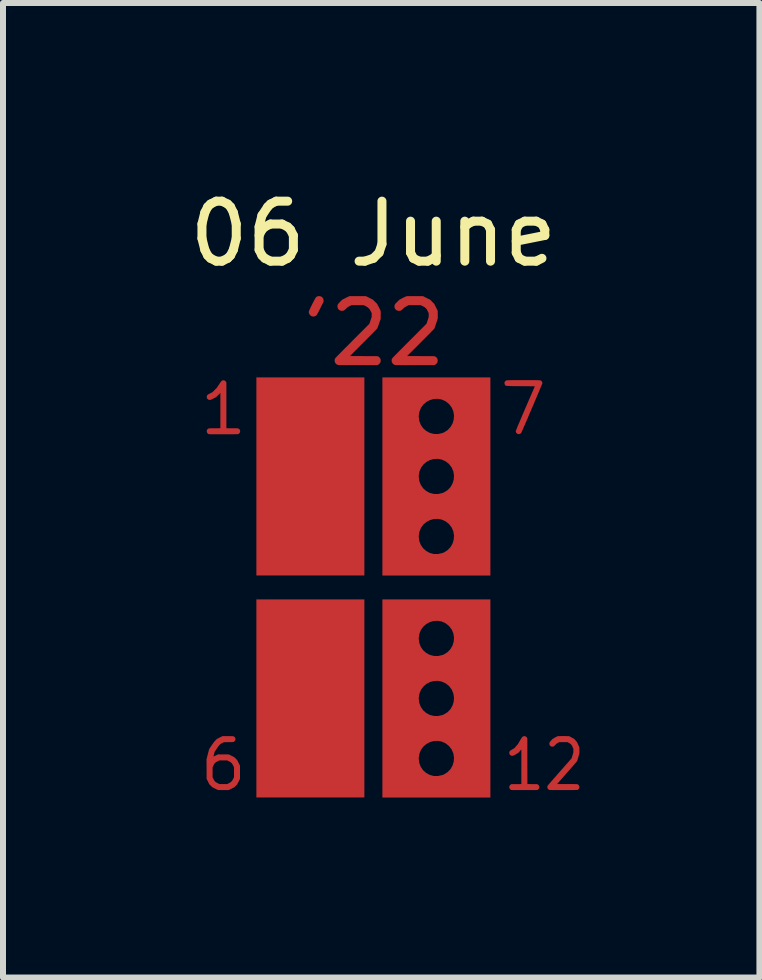
<source format=kicad_pcb>
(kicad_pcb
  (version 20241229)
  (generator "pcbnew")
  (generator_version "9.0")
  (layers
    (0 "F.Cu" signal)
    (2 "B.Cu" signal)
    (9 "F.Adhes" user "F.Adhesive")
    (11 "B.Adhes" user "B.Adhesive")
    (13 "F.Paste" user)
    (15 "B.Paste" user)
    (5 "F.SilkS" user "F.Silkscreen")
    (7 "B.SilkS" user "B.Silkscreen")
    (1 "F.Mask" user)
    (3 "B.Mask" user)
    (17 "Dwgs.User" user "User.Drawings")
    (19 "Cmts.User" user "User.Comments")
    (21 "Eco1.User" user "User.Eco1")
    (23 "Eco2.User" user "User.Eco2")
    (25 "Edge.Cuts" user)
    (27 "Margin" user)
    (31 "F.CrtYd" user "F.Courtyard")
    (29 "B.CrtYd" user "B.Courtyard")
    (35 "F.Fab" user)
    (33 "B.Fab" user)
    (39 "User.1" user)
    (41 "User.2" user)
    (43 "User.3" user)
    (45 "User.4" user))
  (footprint "06 June"
    (layer "F.Cu")
    (at 3.173 6.741)
    (property "Reference" "06 June" (at 0 -5.893 0) (unlocked yes) (layer "F.SilkS") (effects (font (size 1 1) (thickness 0.15))))
    (attr smd)
    (pad "1" smd custom (at -2.718 2.996) (size 0.01 0.01) (layers "F.Cu" "F.Mask" "F.Paste") (options (anchor circle)) (primitives (gr_poly (pts (xy 0.312 -0.518) (xy 0.329 -0.518) (xy 0.342 -0.518) (xy 0.354 -0.518) (xy 0.363 -0.517) (xy 0.37 -0.517) (xy 0.376 -0.517) (xy 0.38 -0.517) (xy 0.383 -0.516) (xy 0.385 -0.516) (xy 0.387 -0.515) (xy 0.389 -0.515) (xy 0.39 -0.514) (xy 0.399 -0.508) (xy 0.408 -0.5) (xy 0.414 -0.49) (xy 0.415 -0.489) (xy 0.417 -0.484) (xy 0.418 -0.479) (xy 0.419 -0.472) (xy 0.419 -0.468) (xy 0.418 -0.46) (xy 0.418 -0.454) (xy 0.416 -0.449) (xy 0.415 -0.447) (xy 0.408 -0.437) (xy 0.4 -0.429) (xy 0.391 -0.423) (xy 0.39 -0.422) (xy 0.388 -0.421) (xy 0.386 -0.421) (xy 0.384 -0.42) (xy 0.381 -0.42) (xy 0.376 -0.419) (xy 0.371 -0.419) (xy 0.364 -0.419) (xy 0.355 -0.418) (xy 0.344 -0.418) (xy 0.33 -0.418) (xy 0.313 -0.418) (xy 0.305 -0.418) (xy 0.227 -0.417) (xy 0.199 -0.403) (xy 0.189 -0.398) (xy 0.182 -0.394) (xy 0.176 -0.39) (xy 0.171 -0.387) (xy 0.167 -0.383) (xy 0.162 -0.379) (xy 0.157 -0.374) (xy 0.155 -0.372) (xy 0.15 -0.367) (xy 0.145 -0.362) (xy 0.141 -0.356) (xy 0.135 -0.349) (xy 0.129 -0.341) (xy 0.122 -0.331) (xy 0.114 -0.319) (xy 0.106 -0.306) (xy 0.072 -0.257) (xy 0.063 -0.219) (xy 0.06 -0.208) (xy 0.057 -0.198) (xy 0.055 -0.19) (xy 0.054 -0.184) (xy 0.053 -0.18) (xy 0.053 -0.179) (xy 0.054 -0.179) (xy 0.058 -0.18) (xy 0.064 -0.183) (xy 0.072 -0.187) (xy 0.081 -0.191) (xy 0.09 -0.195) (xy 0.128 -0.214) (xy 0.307 -0.214) (xy 0.399 -0.168) (xy 0.424 -0.143) (xy 0.449 -0.118) (xy 0.472 -0.072) (xy 0.495 -0.026) (xy 0.495 0.193) (xy 0.472 0.239) (xy 0.449 0.285) (xy 0.424 0.31) (xy 0.399 0.335) (xy 0.353 0.358) (xy 0.307 0.381) (xy 0.22 0.381) (xy 0.199 0.381) (xy 0.182 0.381) (xy 0.168 0.381) (xy 0.156 0.381) (xy 0.146 0.381) (xy 0.138 0.38) (xy 0.133 0.38) (xy 0.129 0.38) (xy 0.127 0.379) (xy 0.126 0.379) (xy 0.123 0.378) (xy 0.118 0.375) (xy 0.11 0.372) (xy 0.1 0.367) (xy 0.09 0.362) (xy 0.079 0.356) (xy 0.077 0.355) (xy 0.034 0.334) (xy 0.009 0.309) (xy -0.017 0.284) (xy -0.039 0.238) (xy -0.062 0.193) (xy -0.062 0.167) (xy 0.038 0.167) (xy 0.053 0.196) (xy 0.058 0.206) (xy 0.062 0.214) (xy 0.065 0.22) (xy 0.069 0.225) (xy 0.072 0.229) (xy 0.076 0.233) (xy 0.08 0.238) (xy 0.08 0.238) (xy 0.085 0.243) (xy 0.089 0.246) (xy 0.094 0.25) (xy 0.099 0.253) (xy 0.106 0.257) (xy 0.114 0.261) (xy 0.123 0.266) (xy 0.153 0.281) (xy 0.217 0.281) (xy 0.281 0.281) (xy 0.309 0.267) (xy 0.319 0.261) (xy 0.327 0.257) (xy 0.333 0.254) (xy 0.338 0.251) (xy 0.343 0.247) (xy 0.347 0.243) (xy 0.351 0.239) (xy 0.356 0.234) (xy 0.36 0.23) (xy 0.363 0.226) (xy 0.367 0.221) (xy 0.37 0.216) (xy 0.374 0.208) (xy 0.379 0.198) (xy 0.38 0.196) (xy 0.395 0.167) (xy 0.395 0) (xy 0.38 -0.029) (xy 0.375 -0.039) (xy 0.371 -0.047) (xy 0.367 -0.053) (xy 0.364 -0.058) (xy 0.361 -0.062) (xy 0.357 -0.066) (xy 0.353 -0.071) (xy 0.351 -0.072) (xy 0.346 -0.077) (xy 0.342 -0.081) (xy 0.337 -0.084) (xy 0.332 -0.088) (xy 0.326 -0.091) (xy 0.318 -0.095) (xy 0.309 -0.1) (xy 0.281 -0.114) (xy 0.154 -0.114) (xy 0.123 -0.099) (xy 0.113 -0.094) (xy 0.105 -0.089) (xy 0.099 -0.086) (xy 0.093 -0.083) (xy 0.089 -0.079) (xy 0.085 -0.076) (xy 0.08 -0.071) (xy 0.076 -0.067) (xy 0.072 -0.063) (xy 0.069 -0.059) (xy 0.066 -0.054) (xy 0.062 -0.048) (xy 0.058 -0.04) (xy 0.053 -0.03) (xy 0.053 -0.029) (xy 0.038 0) (xy 0.038 0.167) (xy -0.062 0.167) (xy -0.062 0.031) (xy -0.063 -0.132) (xy -0.042 -0.215) (xy -0.038 -0.231) (xy -0.034 -0.246) (xy -0.03 -0.261) (xy -0.027 -0.273) (xy -0.024 -0.284) (xy -0.022 -0.293) (xy -0.02 -0.299) (xy -0.019 -0.302) (xy -0.018 -0.303) (xy -0.017 -0.305) (xy -0.014 -0.31) (xy -0.009 -0.316) (xy -0.003 -0.325) (xy 0.003 -0.335) (xy 0.011 -0.347) (xy 0.019 -0.359) (xy 0.025 -0.367) (xy 0.034 -0.381) (xy 0.043 -0.393) (xy 0.049 -0.403) (xy 0.055 -0.411) (xy 0.06 -0.418) (xy 0.064 -0.423) (xy 0.069 -0.428) (xy 0.073 -0.433) (xy 0.077 -0.438) (xy 0.082 -0.442) (xy 0.087 -0.448) (xy 0.088 -0.449) (xy 0.111 -0.472) (xy 0.157 -0.495) (xy 0.203 -0.518) (xy 0.293 -0.518)) (width 0) (fill yes))))
    (pad "1" smd custom (at -2.515 -2.794) (size 0.01 0.01) (layers "F.Cu" "F.Mask" "F.Paste") (options (anchor circle)) (primitives (gr_poly (pts (xy 0.025 -0.658) (xy 0.037 -0.654) (xy 0.047 -0.647) (xy 0.055 -0.639) (xy 0.061 -0.629) (xy 0.065 -0.622) (xy 0.065 0.14) (xy 0.161 0.141) (xy 0.182 0.141) (xy 0.199 0.141) (xy 0.213 0.141) (xy 0.225 0.141) (xy 0.235 0.141) (xy 0.243 0.142) (xy 0.249 0.142) (xy 0.253 0.142) (xy 0.257 0.143) (xy 0.26 0.143) (xy 0.262 0.144) (xy 0.264 0.144) (xy 0.265 0.145) (xy 0.275 0.151) (xy 0.283 0.159) (xy 0.289 0.169) (xy 0.29 0.17) (xy 0.292 0.175) (xy 0.293 0.18) (xy 0.294 0.187) (xy 0.294 0.191) (xy 0.294 0.199) (xy 0.293 0.205) (xy 0.291 0.21) (xy 0.29 0.212) (xy 0.283 0.222) (xy 0.275 0.23) (xy 0.266 0.236) (xy 0.265 0.237) (xy 0.257 0.24) (xy 0.018 0.241) (xy -0.014 0.241) (xy -0.044 0.241) (xy -0.071 0.241) (xy -0.095 0.241) (xy -0.116 0.241) (xy -0.135 0.241) (xy -0.152 0.241) (xy -0.166 0.241) (xy -0.178 0.241) (xy -0.189 0.241) (xy -0.198 0.24) (xy -0.205 0.24) (xy -0.211 0.24) (xy -0.216 0.24) (xy -0.22 0.24) (xy -0.223 0.239) (xy -0.225 0.239) (xy -0.227 0.239) (xy -0.228 0.238) (xy -0.229 0.238) (xy -0.24 0.233) (xy -0.249 0.225) (xy -0.255 0.216) (xy -0.26 0.206) (xy -0.262 0.196) (xy -0.262 0.185) (xy -0.259 0.174) (xy -0.255 0.164) (xy -0.248 0.155) (xy -0.238 0.148) (xy -0.233 0.145) (xy -0.231 0.144) (xy -0.23 0.144) (xy -0.228 0.143) (xy -0.225 0.143) (xy -0.221 0.142) (xy -0.217 0.142) (xy -0.21 0.142) (xy -0.202 0.141) (xy -0.193 0.141) (xy -0.181 0.141) (xy -0.166 0.141) (xy -0.149 0.141) (xy -0.13 0.141) (xy -0.035 0.14) (xy -0.035 -0.449) (xy -0.071 -0.413) (xy -0.107 -0.377) (xy -0.198 -0.332) (xy -0.212 -0.332) (xy -0.22 -0.332) (xy -0.226 -0.333) (xy -0.231 -0.334) (xy -0.234 -0.336) (xy -0.244 -0.343) (xy -0.253 -0.352) (xy -0.258 -0.36) (xy -0.261 -0.369) (xy -0.262 -0.379) (xy -0.261 -0.39) (xy -0.259 -0.399) (xy -0.258 -0.402) (xy -0.256 -0.407) (xy -0.253 -0.411) (xy -0.249 -0.415) (xy -0.244 -0.419) (xy -0.238 -0.424) (xy -0.229 -0.428) (xy -0.219 -0.434) (xy -0.206 -0.441) (xy -0.204 -0.442) (xy -0.166 -0.461) (xy -0.131 -0.497) (xy -0.095 -0.533) (xy -0.058 -0.588) (xy -0.048 -0.603) (xy -0.04 -0.616) (xy -0.033 -0.626) (xy -0.027 -0.634) (xy -0.022 -0.64) (xy -0.018 -0.645) (xy -0.014 -0.649) (xy -0.011 -0.652) (xy -0.007 -0.654) (xy -0.003 -0.655) (xy 0.001 -0.657) (xy 0.001 -0.657) (xy 0.013 -0.659)) (width 0) (fill yes))))
    (pad "1" smd custom (at -1.448 -0.432) (size 0.01 0.01) (layers "F.Cu" "F.Mask" "F.Paste") (options (anchor circle)) (primitives (gr_poly (pts (xy 1.298 0.232) (xy -0.502 0.232) (xy -0.502 -3.069) (xy 1.298 -3.069)) (width 0) (fill yes))))
    (pad "1" smd custom (at -1.448 3.268) (size 0.01 0.01) (layers "F.Cu" "F.Mask" "F.Paste") (options (anchor circle)) (primitives (gr_poly (pts (xy 1.298 0.232) (xy -0.502 0.232) (xy -0.502 -3.069) (xy 1.298 -3.069)) (width 0) (fill yes))))
    (pad "1" smd custom (at -0.914 -4.75) (size 0.01 0.01) (layers "F.Cu" "F.Mask" "F.Paste") (options (anchor circle)) (primitives (gr_poly (pts (xy 0.028 -0.104) (xy 0.043 -0.099) (xy 0.057 -0.09) (xy 0.063 -0.085) (xy 0.074 -0.071) (xy 0.08 -0.057) (xy 0.083 -0.04) (xy 0.084 -0.031) (xy 0.084 -0.012) (xy 0.03 0.095) (xy 0.017 0.122) (xy 0.005 0.144) (xy -0.004 0.163) (xy -0.013 0.178) (xy -0.02 0.191) (xy -0.026 0.201) (xy -0.031 0.208) (xy -0.036 0.214) (xy -0.04 0.219) (xy -0.045 0.222) (xy -0.05 0.225) (xy -0.055 0.228) (xy -0.056 0.228) (xy -0.068 0.232) (xy -0.082 0.234) (xy -0.097 0.234) (xy -0.109 0.231) (xy -0.109 0.231) (xy -0.126 0.223) (xy -0.14 0.212) (xy -0.151 0.197) (xy -0.159 0.181) (xy -0.162 0.163) (xy -0.162 0.152) (xy -0.16 0.146) (xy -0.157 0.137) (xy -0.151 0.124) (xy -0.144 0.109) (xy -0.136 0.091) (xy -0.127 0.072) (xy -0.117 0.052) (xy -0.107 0.031) (xy -0.097 0.011) (xy -0.086 -0.009) (xy -0.077 -0.028) (xy -0.067 -0.045) (xy -0.059 -0.06) (xy -0.052 -0.072) (xy -0.047 -0.08) (xy -0.043 -0.085) (xy -0.031 -0.095) (xy -0.018 -0.102) (xy -0.003 -0.105) (xy 0.01 -0.106)) (width 0) (fill yes))))
    (pad "1" smd custom (at 0.076 -4.572) (size 0.01 0.01) (layers "F.Cu" "F.Mask" "F.Paste") (options (anchor circle)) (primitives (gr_poly (pts (xy -0.263 -0.284) (xy -0.244 -0.284) (xy -0.229 -0.284) (xy -0.218 -0.283) (xy -0.209 -0.283) (xy -0.203 -0.282) (xy -0.199 -0.282) (xy -0.199 -0.282) (xy -0.194 -0.28) (xy -0.185 -0.276) (xy -0.173 -0.27) (xy -0.16 -0.263) (xy -0.145 -0.256) (xy -0.136 -0.251) (xy -0.083 -0.224) (xy -0.014 -0.155) (xy 0.014 -0.102) (xy 0.021 -0.086) (xy 0.029 -0.072) (xy 0.035 -0.059) (xy 0.04 -0.048) (xy 0.043 -0.041) (xy 0.044 -0.039) (xy 0.045 -0.033) (xy 0.046 -0.025) (xy 0.046 -0.014) (xy 0.047 0.001) (xy 0.047 0.021) (xy 0.046 0.033) (xy 0.046 0.095) (xy 0.02 0.168) (xy 0.014 0.187) (xy 0.008 0.204) (xy 0.002 0.22) (xy -0.003 0.233) (xy -0.006 0.243) (xy -0.009 0.25) (xy -0.009 0.251) (xy -0.011 0.254) (xy -0.014 0.258) (xy -0.02 0.264) (xy -0.027 0.272) (xy -0.037 0.283) (xy -0.05 0.296) (xy -0.064 0.311) (xy -0.082 0.329) (xy -0.102 0.35) (xy -0.125 0.373) (xy -0.152 0.399) (xy -0.181 0.429) (xy -0.214 0.462) (xy -0.24 0.488) (xy -0.466 0.715) (xy -0.237 0.716) (xy -0.199 0.716) (xy -0.165 0.716) (xy -0.135 0.716) (xy -0.109 0.716) (xy -0.087 0.716) (xy -0.068 0.716) (xy -0.052 0.716) (xy -0.039 0.717) (xy -0.029 0.717) (xy -0.021 0.717) (xy -0.014 0.718) (xy -0.009 0.718) (xy -0.006 0.719) (xy -0.003 0.719) (xy -0.000429 0.72) (xy 0.002 0.721) (xy 0.003 0.722) (xy 0.017 0.73) (xy 0.029 0.743) (xy 0.039 0.757) (xy 0.04 0.758) (xy 0.043 0.766) (xy 0.045 0.775) (xy 0.046 0.785) (xy 0.046 0.79) (xy 0.045 0.802) (xy 0.044 0.811) (xy 0.041 0.819) (xy 0.04 0.822) (xy 0.03 0.837) (xy 0.018 0.85) (xy 0.004 0.859) (xy 0.003 0.859) (xy -0.009 0.865) (xy -0.334 0.865) (xy -0.381 0.865) (xy -0.423 0.865) (xy -0.461 0.865) (xy -0.495 0.865) (xy -0.524 0.865) (xy -0.55 0.865) (xy -0.573 0.865) (xy -0.592 0.865) (xy -0.609 0.865) (xy -0.623 0.865) (xy -0.635 0.865) (xy -0.644 0.864) (xy -0.652 0.864) (xy -0.658 0.864) (xy -0.662 0.863) (xy -0.666 0.863) (xy -0.669 0.862) (xy -0.671 0.862) (xy -0.672 0.861) (xy -0.689 0.853) (xy -0.702 0.842) (xy -0.713 0.827) (xy -0.719 0.811) (xy -0.722 0.793) (xy -0.721 0.775) (xy -0.715 0.758) (xy -0.714 0.756) (xy -0.712 0.753) (xy -0.708 0.748) (xy -0.703 0.743) (xy -0.697 0.736) (xy -0.689 0.727) (xy -0.679 0.717) (xy -0.667 0.704) (xy -0.653 0.69) (xy -0.637 0.674) (xy -0.618 0.655) (xy -0.597 0.633) (xy -0.573 0.609) (xy -0.547 0.582) (xy -0.517 0.553) (xy -0.484 0.52) (xy -0.448 0.484) (xy -0.426 0.461) (xy -0.142 0.177) (xy -0.104 0.063) (xy -0.104 0.032) (xy -0.104 0.001) (xy -0.12 -0.031) (xy -0.128 -0.045) (xy -0.134 -0.057) (xy -0.141 -0.066) (xy -0.148 -0.074) (xy -0.154 -0.081) (xy -0.162 -0.089) (xy -0.17 -0.095) (xy -0.178 -0.101) (xy -0.187 -0.107) (xy -0.2 -0.114) (xy -0.205 -0.116) (xy -0.239 -0.134) (xy -0.438 -0.134) (xy -0.471 -0.117) (xy -0.484 -0.111) (xy -0.494 -0.105) (xy -0.503 -0.099) (xy -0.511 -0.093) (xy -0.52 -0.085) (xy -0.53 -0.075) (xy -0.544 -0.062) (xy -0.555 -0.053) (xy -0.564 -0.046) (xy -0.574 -0.042) (xy -0.583 -0.04) (xy -0.594 -0.039) (xy -0.6 -0.038) (xy -0.618 -0.04) (xy -0.633 -0.045) (xy -0.647 -0.054) (xy -0.653 -0.059) (xy -0.664 -0.073) (xy -0.671 -0.087) (xy -0.674 -0.104) (xy -0.674 -0.113) (xy -0.674 -0.123) (xy -0.673 -0.133) (xy -0.67 -0.141) (xy -0.666 -0.149) (xy -0.659 -0.158) (xy -0.65 -0.169) (xy -0.638 -0.181) (xy -0.629 -0.191) (xy -0.595 -0.224) (xy -0.536 -0.254) (xy -0.476 -0.283) (xy -0.343 -0.284) (xy -0.312 -0.284) (xy -0.285 -0.284)) (width 0) (fill yes))))
    (pad "1" smd custom (at 0.381 -1.524) (size 0.2 0.2) (layers "F.Cu" "F.Mask" "F.Paste") (options (anchor circle)) (primitives (gr_poly (pts (xy 1.569 1.325) (xy -0.231 1.325) (xy -0.231 0.674) (xy 0.375 0.674) (xy 0.384 0.749) (xy 0.409 0.815) (xy 0.448 0.871) (xy 0.499 0.916) (xy 0.558 0.948) (xy 0.625 0.966) (xy 0.695 0.967) (xy 0.767 0.951) (xy 0.794 0.941) (xy 0.856 0.902) (xy 0.904 0.852) (xy 0.938 0.793) (xy 0.958 0.727) (xy 0.963 0.659) (xy 0.952 0.591) (xy 0.925 0.527) (xy 0.881 0.469) (xy 0.878 0.466) (xy 0.82 0.42) (xy 0.756 0.392) (xy 0.69 0.381) (xy 0.625 0.384) (xy 0.561 0.402) (xy 0.503 0.433) (xy 0.453 0.475) (xy 0.413 0.529) (xy 0.387 0.593) (xy 0.375 0.665) (xy 0.375 0.674) (xy -0.231 0.674) (xy -0.231 -0.326) (xy 0.375 -0.326) (xy 0.384 -0.252) (xy 0.409 -0.186) (xy 0.448 -0.129) (xy 0.499 -0.084) (xy 0.558 -0.052) (xy 0.625 -0.035) (xy 0.695 -0.033) (xy 0.767 -0.049) (xy 0.794 -0.06) (xy 0.856 -0.098) (xy 0.904 -0.148) (xy 0.938 -0.208) (xy 0.958 -0.273) (xy 0.963 -0.341) (xy 0.952 -0.409) (xy 0.925 -0.474) (xy 0.881 -0.531) (xy 0.878 -0.535) (xy 0.82 -0.58) (xy 0.756 -0.608) (xy 0.69 -0.62) (xy 0.625 -0.616) (xy 0.561 -0.599) (xy 0.503 -0.568) (xy 0.453 -0.525) (xy 0.413 -0.471) (xy 0.387 -0.408) (xy 0.375 -0.335) (xy 0.375 -0.326) (xy -0.231 -0.326) (xy -0.231 -1.326) (xy 0.375 -1.326) (xy 0.384 -1.252) (xy 0.409 -1.186) (xy 0.448 -1.13) (xy 0.499 -1.085) (xy 0.558 -1.053) (xy 0.625 -1.035) (xy 0.695 -1.033) (xy 0.767 -1.049) (xy 0.794 -1.06) (xy 0.856 -1.098) (xy 0.904 -1.149) (xy 0.938 -1.208) (xy 0.958 -1.274) (xy 0.963 -1.342) (xy 0.952 -1.41) (xy 0.925 -1.474) (xy 0.881 -1.532) (xy 0.878 -1.535) (xy 0.82 -1.581) (xy 0.756 -1.609) (xy 0.69 -1.62) (xy 0.625 -1.617) (xy 0.561 -1.599) (xy 0.503 -1.568) (xy 0.453 -1.525) (xy 0.413 -1.472) (xy 0.387 -1.408) (xy 0.375 -1.336) (xy 0.375 -1.326) (xy -0.231 -1.326) (xy -0.231 -1.977) (xy 1.569 -1.977)) (width 0) (fill yes))))
    (pad "1" smd custom (at 0.381 1.016) (size 0.2 0.2) (layers "F.Cu" "F.Mask" "F.Paste") (options (anchor circle)) (primitives (gr_poly (pts (xy 1.569 2.485) (xy -0.231 2.485) (xy -0.231 1.834) (xy 0.375 1.834) (xy 0.384 1.909) (xy 0.409 1.975) (xy 0.448 2.031) (xy 0.499 2.076) (xy 0.558 2.108) (xy 0.625 2.126) (xy 0.695 2.127) (xy 0.767 2.111) (xy 0.794 2.101) (xy 0.856 2.062) (xy 0.904 2.012) (xy 0.938 1.953) (xy 0.958 1.887) (xy 0.963 1.819) (xy 0.952 1.751) (xy 0.925 1.687) (xy 0.881 1.629) (xy 0.878 1.626) (xy 0.82 1.58) (xy 0.756 1.552) (xy 0.69 1.541) (xy 0.625 1.544) (xy 0.561 1.562) (xy 0.503 1.593) (xy 0.453 1.635) (xy 0.413 1.689) (xy 0.387 1.753) (xy 0.375 1.825) (xy 0.375 1.834) (xy -0.231 1.834) (xy -0.231 0.834) (xy 0.375 0.834) (xy 0.384 0.908) (xy 0.409 0.974) (xy 0.448 1.031) (xy 0.499 1.076) (xy 0.558 1.108) (xy 0.625 1.125) (xy 0.695 1.127) (xy 0.767 1.111) (xy 0.794 1.1) (xy 0.856 1.062) (xy 0.904 1.012) (xy 0.938 0.952) (xy 0.958 0.887) (xy 0.963 0.819) (xy 0.952 0.751) (xy 0.925 0.686) (xy 0.881 0.629) (xy 0.878 0.625) (xy 0.82 0.58) (xy 0.756 0.552) (xy 0.69 0.54) (xy 0.625 0.544) (xy 0.561 0.561) (xy 0.503 0.592) (xy 0.453 0.635) (xy 0.413 0.689) (xy 0.387 0.752) (xy 0.375 0.825) (xy 0.375 0.834) (xy -0.231 0.834) (xy -0.231 -0.166) (xy 0.375 -0.166) (xy 0.384 -0.092) (xy 0.409 -0.026) (xy 0.448 0.03) (xy 0.499 0.075) (xy 0.558 0.107) (xy 0.625 0.125) (xy 0.695 0.127) (xy 0.767 0.111) (xy 0.794 0.1) (xy 0.856 0.062) (xy 0.904 0.011) (xy 0.938 -0.048) (xy 0.958 -0.114) (xy 0.963 -0.182) (xy 0.952 -0.25) (xy 0.925 -0.314) (xy 0.881 -0.372) (xy 0.878 -0.375) (xy 0.82 -0.421) (xy 0.756 -0.449) (xy 0.69 -0.46) (xy 0.625 -0.457) (xy 0.561 -0.439) (xy 0.503 -0.408) (xy 0.453 -0.365) (xy 0.413 -0.312) (xy 0.387 -0.248) (xy 0.375 -0.176) (xy 0.375 -0.166) (xy -0.231 -0.166) (xy -0.231 -0.817) (xy 1.569 -0.817)) (width 0) (fill yes))))
    (pad "1" smd custom (at 0.965 -4.724) (size 0.01 0.01) (layers "F.Cu" "F.Mask" "F.Paste") (options (anchor circle)) (primitives (gr_poly (pts (xy -0.308 -0.132) (xy -0.277 -0.132) (xy -0.272 -0.132) (xy -0.138 -0.131) (xy -0.079 -0.101) (xy -0.019 -0.072) (xy 0.015 -0.037) (xy 0.05 -0.002) (xy 0.078 0.055) (xy 0.107 0.113) (xy 0.108 0.177) (xy 0.108 0.241) (xy 0.082 0.321) (xy 0.076 0.34) (xy 0.069 0.358) (xy 0.064 0.375) (xy 0.059 0.388) (xy 0.055 0.399) (xy 0.053 0.406) (xy 0.052 0.408) (xy 0.05 0.411) (xy 0.044 0.417) (xy 0.036 0.426) (xy 0.024 0.438) (xy 0.01 0.452) (xy -0.006 0.469) (xy -0.025 0.488) (xy -0.046 0.509) (xy -0.069 0.532) (xy -0.093 0.557) (xy -0.118 0.582) (xy -0.145 0.609) (xy -0.173 0.637) (xy -0.177 0.642) (xy -0.403 0.867) (xy -0.175 0.868) (xy -0.136 0.868) (xy -0.102 0.868) (xy -0.073 0.868) (xy -0.047 0.868) (xy -0.025 0.869) (xy -0.006 0.869) (xy 0.009 0.869) (xy 0.022 0.869) (xy 0.032 0.869) (xy 0.041 0.87) (xy 0.047 0.87) (xy 0.052 0.871) (xy 0.056 0.871) (xy 0.058 0.872) (xy 0.061 0.873) (xy 0.063 0.873) (xy 0.064 0.874) (xy 0.078 0.883) (xy 0.091 0.895) (xy 0.1 0.91) (xy 0.101 0.911) (xy 0.105 0.925) (xy 0.107 0.941) (xy 0.106 0.957) (xy 0.102 0.972) (xy 0.101 0.975) (xy 0.091 0.989) (xy 0.079 1.002) (xy 0.065 1.011) (xy 0.064 1.012) (xy 0.052 1.017) (xy -0.273 1.018) (xy -0.32 1.018) (xy -0.362 1.018) (xy -0.4 1.018) (xy -0.433 1.018) (xy -0.463 1.018) (xy -0.489 1.018) (xy -0.512 1.018) (xy -0.531 1.018) (xy -0.548 1.017) (xy -0.562 1.017) (xy -0.573 1.017) (xy -0.583 1.017) (xy -0.591 1.017) (xy -0.597 1.016) (xy -0.601 1.016) (xy -0.605 1.015) (xy -0.608 1.015) (xy -0.61 1.014) (xy -0.611 1.014) (xy -0.627 1.006) (xy -0.641 0.994) (xy -0.651 0.98) (xy -0.658 0.963) (xy -0.661 0.946) (xy -0.66 0.928) (xy -0.654 0.91) (xy -0.652 0.908) (xy -0.65 0.904) (xy -0.645 0.899) (xy -0.639 0.892) (xy -0.631 0.884) (xy -0.621 0.873) (xy -0.609 0.861) (xy -0.595 0.846) (xy -0.578 0.829) (xy -0.559 0.81) (xy -0.538 0.788) (xy -0.513 0.763) (xy -0.486 0.736) (xy -0.455 0.705) (xy -0.422 0.671) (xy -0.385 0.634) (xy -0.364 0.614) (xy -0.08 0.329) (xy -0.061 0.274) (xy -0.043 0.218) (xy -0.043 0.152) (xy -0.059 0.12) (xy -0.069 0.1) (xy -0.079 0.084) (xy -0.09 0.071) (xy -0.102 0.06) (xy -0.116 0.05) (xy -0.134 0.04) (xy -0.142 0.036) (xy -0.176 0.019) (xy -0.376 0.019) (xy -0.41 0.036) (xy -0.424 0.044) (xy -0.435 0.049) (xy -0.443 0.055) (xy -0.451 0.061) (xy -0.46 0.069) (xy -0.47 0.078) (xy -0.47 0.078) (xy -0.483 0.091) (xy -0.494 0.1) (xy -0.504 0.107) (xy -0.514 0.111) (xy -0.524 0.113) (xy -0.536 0.114) (xy -0.539 0.114) (xy -0.557 0.112) (xy -0.572 0.107) (xy -0.586 0.099) (xy -0.592 0.093) (xy -0.603 0.08) (xy -0.61 0.065) (xy -0.613 0.049) (xy -0.613 0.04) (xy -0.613 0.03) (xy -0.611 0.021) (xy -0.609 0.012) (xy -0.604 0.004) (xy -0.598 -0.005) (xy -0.588 -0.015) (xy -0.576 -0.028) (xy -0.566 -0.038) (xy -0.531 -0.072) (xy -0.479 -0.099) (xy -0.463 -0.107) (xy -0.449 -0.114) (xy -0.436 -0.12) (xy -0.425 -0.125) (xy -0.418 -0.128) (xy -0.416 -0.129) (xy -0.412 -0.13) (xy -0.406 -0.13) (xy -0.398 -0.131) (xy -0.387 -0.131) (xy -0.373 -0.132) (xy -0.355 -0.132) (xy -0.333 -0.132)) (width 0) (fill yes))))
    (pad "1" smd custom (at 2.667 3.353) (size 0.01 0.01) (layers "F.Cu" "F.Mask" "F.Paste") (options (anchor circle)) (primitives (gr_poly (pts (xy -0.137 -0.873) (xy -0.126 -0.868) (xy -0.117 -0.862) (xy -0.109 -0.853) (xy -0.105 -0.846) (xy -0.101 -0.838) (xy -0.101 -0.457) (xy -0.1 -0.076) (xy 0.062 -0.075) (xy 0.071 -0.071) (xy 0.081 -0.064) (xy 0.09 -0.054) (xy 0.095 -0.047) (xy 0.097 -0.041) (xy 0.098 -0.036) (xy 0.099 -0.029) (xy 0.099 -0.025) (xy 0.099 -0.018) (xy 0.098 -0.012) (xy 0.096 -0.007) (xy 0.095 -0.004) (xy 0.088 0.007) (xy 0.078 0.015) (xy 0.071 0.02) (xy 0.062 0.024) (xy -0.149 0.024) (xy -0.181 0.024) (xy -0.21 0.024) (xy -0.236 0.024) (xy -0.259 0.024) (xy -0.279 0.024) (xy -0.297 0.024) (xy -0.312 0.024) (xy -0.325 0.024) (xy -0.336 0.024) (xy -0.345 0.024) (xy -0.353 0.024) (xy -0.358 0.023) (xy -0.362 0.023) (xy -0.365 0.023) (xy -0.367 0.023) (xy -0.367 0.023) (xy -0.378 0.018) (xy -0.387 0.01) (xy -0.394 0.002) (xy -0.399 -0.008) (xy -0.402 -0.019) (xy -0.402 -0.03) (xy -0.4 -0.041) (xy -0.395 -0.051) (xy -0.388 -0.06) (xy -0.379 -0.068) (xy -0.373 -0.071) (xy -0.365 -0.075) (xy -0.283 -0.075) (xy -0.201 -0.076) (xy -0.201 -0.364) (xy -0.201 -0.395) (xy -0.201 -0.424) (xy -0.201 -0.453) (xy -0.201 -0.48) (xy -0.201 -0.506) (xy -0.201 -0.531) (xy -0.201 -0.553) (xy -0.201 -0.574) (xy -0.201 -0.593) (xy -0.201 -0.609) (xy -0.201 -0.623) (xy -0.201 -0.635) (xy -0.201 -0.643) (xy -0.202 -0.649) (xy -0.202 -0.652) (xy -0.202 -0.652) (xy -0.203 -0.651) (xy -0.206 -0.648) (xy -0.211 -0.643) (xy -0.216 -0.636) (xy -0.223 -0.628) (xy -0.226 -0.625) (xy -0.233 -0.617) (xy -0.239 -0.61) (xy -0.245 -0.604) (xy -0.25 -0.599) (xy -0.252 -0.596) (xy -0.253 -0.596) (xy -0.256 -0.593) (xy -0.262 -0.59) (xy -0.269 -0.586) (xy -0.278 -0.581) (xy -0.288 -0.575) (xy -0.298 -0.569) (xy -0.308 -0.564) (xy -0.317 -0.559) (xy -0.325 -0.555) (xy -0.332 -0.551) (xy -0.337 -0.549) (xy -0.338 -0.549) (xy -0.35 -0.547) (xy -0.361 -0.548) (xy -0.373 -0.551) (xy -0.383 -0.558) (xy -0.392 -0.566) (xy -0.398 -0.575) (xy -0.401 -0.585) (xy -0.402 -0.595) (xy -0.401 -0.606) (xy -0.399 -0.615) (xy -0.398 -0.618) (xy -0.395 -0.623) (xy -0.392 -0.627) (xy -0.387 -0.632) (xy -0.381 -0.636) (xy -0.374 -0.641) (xy -0.364 -0.647) (xy -0.352 -0.655) (xy -0.349 -0.656) (xy -0.316 -0.675) (xy -0.288 -0.708) (xy -0.259 -0.741) (xy -0.225 -0.799) (xy -0.216 -0.814) (xy -0.209 -0.826) (xy -0.202 -0.836) (xy -0.198 -0.844) (xy -0.193 -0.85) (xy -0.19 -0.855) (xy -0.187 -0.859) (xy -0.185 -0.861) (xy -0.183 -0.863) (xy -0.182 -0.864) (xy -0.172 -0.87) (xy -0.16 -0.874) (xy -0.149 -0.875)) (width 0) (fill yes))))
    (pad "1" smd custom (at 2.692 -3.251) (size 0.01 0.01) (layers "F.Cu" "F.Mask" "F.Paste") (options (anchor circle)) (primitives (gr_poly (pts (xy -0.139 -0.204) (xy -0.094 -0.204) (xy -0.055 -0.204) (xy -0.022 -0.204) (xy 0.006 -0.204) (xy 0.028 -0.204) (xy 0.047 -0.203) (xy 0.062 -0.203) (xy 0.073 -0.202) (xy 0.082 -0.202) (xy 0.088 -0.201) (xy 0.093 -0.2) (xy 0.096 -0.199) (xy 0.099 -0.198) (xy 0.099 -0.197) (xy 0.112 -0.187) (xy 0.121 -0.173) (xy 0.125 -0.157) (xy 0.125 -0.155) (xy 0.124 -0.15) (xy 0.12 -0.14) (xy 0.113 -0.123) (xy 0.104 -0.101) (xy 0.093 -0.075) (xy 0.08 -0.044) (xy 0.066 -0.01) (xy 0.05 0.028) (xy 0.033 0.068) (xy 0.015 0.111) (xy -0.004 0.155) (xy -0.023 0.201) (xy -0.043 0.247) (xy -0.063 0.293) (xy -0.082 0.339) (xy -0.102 0.384) (xy -0.12 0.428) (xy -0.138 0.47) (xy -0.155 0.509) (xy -0.171 0.546) (xy -0.186 0.579) (xy -0.198 0.608) (xy -0.209 0.632) (xy -0.218 0.652) (xy -0.224 0.666) (xy -0.228 0.674) (xy -0.229 0.676) (xy -0.238 0.685) (xy -0.251 0.692) (xy -0.266 0.696) (xy -0.27 0.696) (xy -0.28 0.694) (xy -0.292 0.69) (xy -0.293 0.689) (xy -0.306 0.679) (xy -0.315 0.664) (xy -0.319 0.648) (xy -0.319 0.646) (xy -0.318 0.641) (xy -0.313 0.63) (xy -0.306 0.612) (xy -0.297 0.589) (xy -0.286 0.561) (xy -0.272 0.529) (xy -0.256 0.492) (xy -0.239 0.451) (xy -0.22 0.406) (xy -0.2 0.359) (xy -0.178 0.308) (xy -0.16 0.266) (xy -0.001 -0.102) (xy -0.239 -0.104) (xy -0.288 -0.105) (xy -0.331 -0.105) (xy -0.367 -0.105) (xy -0.397 -0.106) (xy -0.422 -0.106) (xy -0.442 -0.107) (xy -0.458 -0.108) (xy -0.471 -0.109) (xy -0.48 -0.111) (xy -0.487 -0.113) (xy -0.492 -0.116) (xy -0.495 -0.119) (xy -0.498 -0.122) (xy -0.5 -0.127) (xy -0.502 -0.132) (xy -0.502 -0.132) (xy -0.507 -0.15) (xy -0.506 -0.168) (xy -0.498 -0.184) (xy -0.485 -0.196) (xy -0.482 -0.197) (xy -0.479 -0.199) (xy -0.476 -0.2) (xy -0.471 -0.201) (xy -0.465 -0.201) (xy -0.457 -0.202) (xy -0.446 -0.203) (xy -0.431 -0.203) (xy -0.413 -0.203) (xy -0.391 -0.204) (xy -0.364 -0.204) (xy -0.331 -0.204) (xy -0.293 -0.204) (xy -0.248 -0.204) (xy -0.197 -0.204) (xy -0.191 -0.204)) (width 0) (fill yes))))
    (pad "1" smd custom (at 3.277 3.327) (size 0.01 0.01) (layers "F.Cu" "F.Mask" "F.Paste") (options (anchor circle)) (primitives (gr_poly (pts (xy -0.089 -0.85) (xy -0.074 -0.85) (xy -0.06 -0.849) (xy -0.047 -0.849) (xy -0.035 -0.849) (xy -0.026 -0.849) (xy -0.019 -0.848) (xy -0.014 -0.848) (xy -0.014 -0.848) (xy -0.011 -0.847) (xy -0.005 -0.844) (xy 0.003 -0.84) (xy 0.012 -0.835) (xy 0.022 -0.829) (xy 0.032 -0.824) (xy 0.072 -0.801) (xy 0.091 -0.78) (xy 0.098 -0.772) (xy 0.104 -0.765) (xy 0.109 -0.759) (xy 0.113 -0.755) (xy 0.114 -0.752) (xy 0.116 -0.749) (xy 0.119 -0.744) (xy 0.123 -0.736) (xy 0.127 -0.727) (xy 0.132 -0.716) (xy 0.137 -0.705) (xy 0.138 -0.704) (xy 0.156 -0.661) (xy 0.157 -0.613) (xy 0.157 -0.565) (xy 0.139 -0.5) (xy 0.134 -0.483) (xy 0.13 -0.468) (xy 0.126 -0.456) (xy 0.123 -0.446) (xy 0.12 -0.439) (xy 0.118 -0.434) (xy 0.116 -0.43) (xy 0.116 -0.429) (xy 0.114 -0.427) (xy 0.111 -0.423) (xy 0.105 -0.416) (xy 0.098 -0.408) (xy 0.088 -0.397) (xy 0.078 -0.385) (xy 0.066 -0.371) (xy 0.052 -0.356) (xy 0.038 -0.339) (xy 0.022 -0.321) (xy 0.005 -0.302) (xy -0.012 -0.282) (xy -0.03 -0.261) (xy -0.049 -0.24) (xy -0.052 -0.236) (xy -0.216 -0.05) (xy -0.048 -0.05) (xy -0.021 -0.05) (xy 0.003 -0.05) (xy 0.025 -0.05) (xy 0.043 -0.05) (xy 0.059 -0.05) (xy 0.073 -0.05) (xy 0.084 -0.049) (xy 0.094 -0.049) (xy 0.102 -0.049) (xy 0.108 -0.049) (xy 0.113 -0.049) (xy 0.117 -0.048) (xy 0.12 -0.048) (xy 0.123 -0.048) (xy 0.124 -0.047) (xy 0.126 -0.047) (xy 0.127 -0.046) (xy 0.128 -0.046) (xy 0.137 -0.04) (xy 0.145 -0.032) (xy 0.152 -0.022) (xy 0.152 -0.021) (xy 0.155 -0.012) (xy 0.157 -0.001) (xy 0.156 0.01) (xy 0.153 0.019) (xy 0.152 0.021) (xy 0.146 0.031) (xy 0.138 0.039) (xy 0.128 0.046) (xy 0.128 0.046) (xy 0.12 0.049) (xy -0.108 0.05) (xy -0.141 0.05) (xy -0.171 0.05) (xy -0.197 0.05) (xy -0.221 0.05) (xy -0.242 0.05) (xy -0.261 0.05) (xy -0.277 0.05) (xy -0.292 0.05) (xy -0.304 0.05) (xy -0.314 0.049) (xy -0.322 0.049) (xy -0.329 0.049) (xy -0.334 0.049) (xy -0.338 0.049) (xy -0.341 0.048) (xy -0.342 0.048) (xy -0.343 0.048) (xy -0.354 0.043) (xy -0.363 0.035) (xy -0.371 0.026) (xy -0.376 0.015) (xy -0.378 0.003) (xy -0.378 -0.000019) (xy -0.377 -0.01) (xy -0.374 -0.02) (xy -0.369 -0.028) (xy -0.368 -0.029) (xy -0.367 -0.031) (xy -0.364 -0.035) (xy -0.358 -0.041) (xy -0.351 -0.049) (xy -0.342 -0.059) (xy -0.332 -0.071) (xy -0.32 -0.084) (xy -0.308 -0.099) (xy -0.293 -0.115) (xy -0.279 -0.132) (xy -0.263 -0.15) (xy -0.246 -0.169) (xy -0.229 -0.188) (xy -0.212 -0.208) (xy -0.194 -0.229) (xy -0.176 -0.249) (xy -0.158 -0.27) (xy -0.14 -0.29) (xy -0.122 -0.31) (xy -0.105 -0.33) (xy -0.088 -0.349) (xy -0.072 -0.368) (xy -0.056 -0.385) (xy -0.041 -0.402) (xy -0.028 -0.417) (xy -0.016 -0.431) (xy -0.005 -0.444) (xy 0.005 -0.455) (xy 0.013 -0.464) (xy 0.019 -0.471) (xy 0.024 -0.476) (xy 0.025 -0.477) (xy 0.027 -0.48) (xy 0.029 -0.485) (xy 0.031 -0.493) (xy 0.034 -0.503) (xy 0.038 -0.514) (xy 0.042 -0.527) (xy 0.042 -0.529) (xy 0.056 -0.578) (xy 0.056 -0.637) (xy 0.044 -0.666) (xy 0.039 -0.677) (xy 0.036 -0.685) (xy 0.032 -0.691) (xy 0.029 -0.696) (xy 0.026 -0.7) (xy 0.023 -0.704) (xy 0.019 -0.709) (xy 0.014 -0.714) (xy 0.01 -0.718) (xy 0.005 -0.722) (xy -0.001 -0.726) (xy -0.008 -0.73) (xy -0.017 -0.735) (xy -0.041 -0.749) (xy -0.18 -0.749) (xy -0.204 -0.735) (xy -0.213 -0.73) (xy -0.22 -0.726) (xy -0.225 -0.722) (xy -0.23 -0.719) (xy -0.234 -0.714) (xy -0.24 -0.708) (xy -0.245 -0.702) (xy -0.254 -0.693) (xy -0.262 -0.686) (xy -0.268 -0.68) (xy -0.275 -0.677) (xy -0.281 -0.675) (xy -0.289 -0.674) (xy -0.294 -0.674) (xy -0.307 -0.675) (xy -0.317 -0.678) (xy -0.326 -0.684) (xy -0.33 -0.688) (xy -0.337 -0.697) (xy -0.342 -0.707) (xy -0.344 -0.719) (xy -0.344 -0.723) (xy -0.344 -0.729) (xy -0.343 -0.735) (xy -0.341 -0.741) (xy -0.338 -0.747) (xy -0.333 -0.753) (xy -0.327 -0.761) (xy -0.319 -0.771) (xy -0.314 -0.777) (xy -0.292 -0.801) (xy -0.253 -0.824) (xy -0.242 -0.83) (xy -0.232 -0.835) (xy -0.223 -0.84) (xy -0.216 -0.844) (xy -0.21 -0.847) (xy -0.207 -0.848) (xy -0.204 -0.848) (xy -0.198 -0.849) (xy -0.189 -0.849) (xy -0.178 -0.849) (xy -0.166 -0.849) (xy -0.152 -0.85) (xy -0.137 -0.85) (xy -0.121 -0.85) (xy -0.105 -0.85)) (width 0) (fill yes)))))
  (gr_rect
    (start -3 -3)
    (end 9.607 13.242)
    (stroke (width 0.1) (type default))
    (fill no)
    (layer "Edge.Cuts")))
</source>
